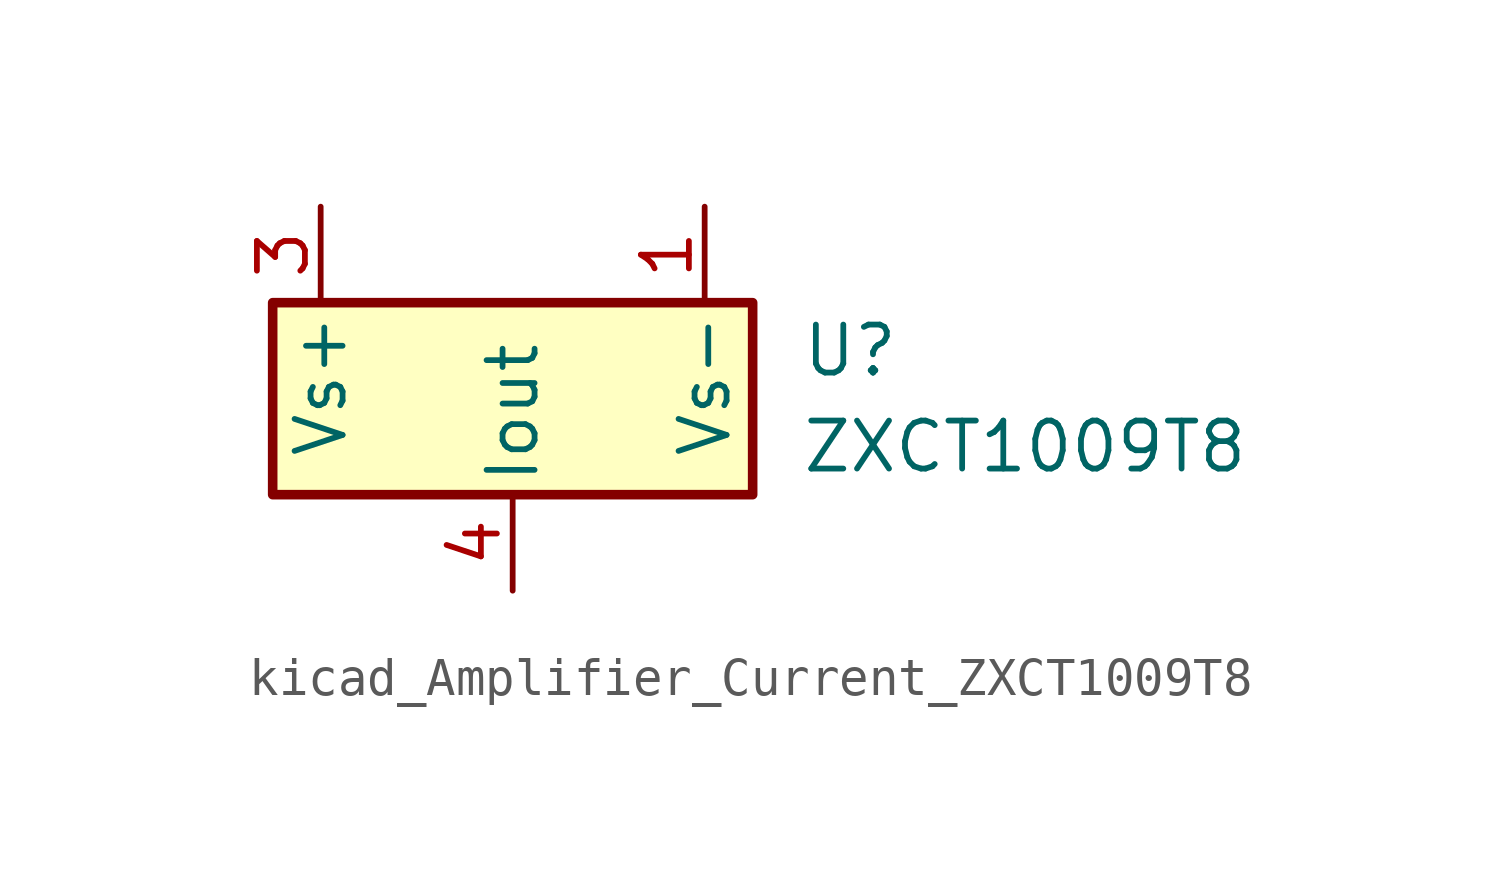
<source format=kicad_sym>
(kicad_symbol_lib
  (version 20220914)
  (generator kicad_symbol_editor)
  (symbol "kicad_Amplifier_Current_ZXCT1009T8"
    (pin_names
      (offset 0.254))
    (property "Reference" "U"
      (at 7.62 1.27 0)
      (effects (font (size 1.27 1.27)) (justify left)))
    (property "Value" "ZXCT1009T8"
      (at 7.62 -1.27 0)
      (effects (font (size 1.27 1.27)) (justify left)))
    (symbol "kicad_Amplifier_Current_ZXCT1009T8_0_1"
      (rectangle (start -6.35 2.54) (end 6.35 -2.54) (stroke (width 0.254) (type default)) (fill (type background))))
    (symbol "kicad_Amplifier_Current_ZXCT1009T8_1_1"
      (pin input line (at 5.08 5.08 270) (length 2.54) (name "Vs-" (effects (font (size 1.27 1.27)))) (number "1" (effects (font (size 1.27 1.27)))))
      (pin no_connect line (at -2.54 2.54 270) (length 2.54) hide (name "NC" (effects (font (size 1.27 1.27)))) (number "2" (effects (font (size 1.27 1.27)))))
      (pin input line (at -5.08 5.08 270) (length 2.54) (name "Vs+" (effects (font (size 1.27 1.27)))) (number "3" (effects (font (size 1.27 1.27)))))
      (pin output line (at 0 -5.08 90) (length 2.54) (name "Iout" (effects (font (size 1.27 1.27)))) (number "4" (effects (font (size 1.27 1.27)))))
      (pin no_connect line (at 0 2.54 270) (length 2.54) hide (name "NC" (effects (font (size 1.27 1.27)))) (number "5" (effects (font (size 1.27 1.27)))))
      (pin no_connect line (at 2.54 2.54 270) (length 2.54) hide (name "NC" (effects (font (size 1.27 1.27)))) (number "6" (effects (font (size 1.27 1.27)))))
      (pin no_connect line (at -2.54 -2.54 90) (length 2.54) hide (name "NC" (effects (font (size 1.27 1.27)))) (number "7" (effects (font (size 1.27 1.27)))))
      (pin no_connect line (at 2.54 -2.54 90) (length 2.54) hide (name "NC" (effects (font (size 1.27 1.27)))) (number "8" (effects (font (size 1.27 1.27))))))))
</source>
